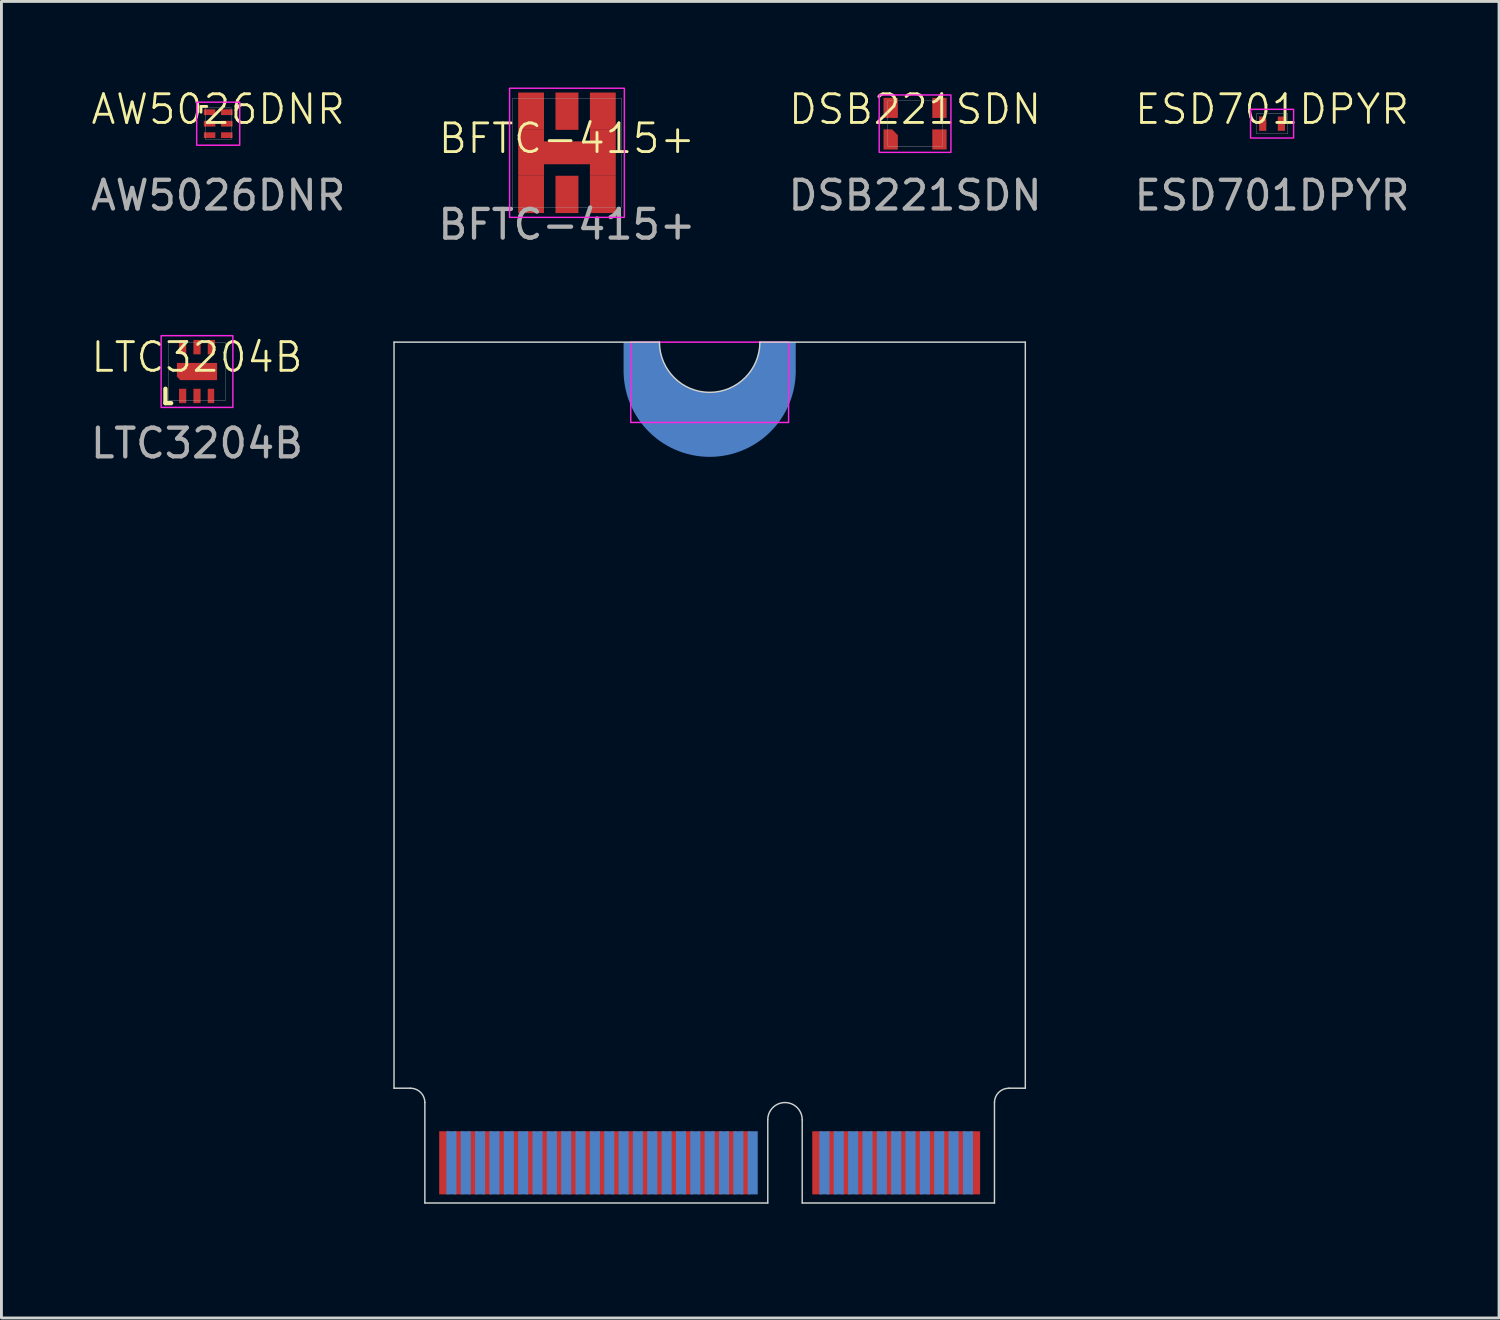
<source format=kicad_pcb>
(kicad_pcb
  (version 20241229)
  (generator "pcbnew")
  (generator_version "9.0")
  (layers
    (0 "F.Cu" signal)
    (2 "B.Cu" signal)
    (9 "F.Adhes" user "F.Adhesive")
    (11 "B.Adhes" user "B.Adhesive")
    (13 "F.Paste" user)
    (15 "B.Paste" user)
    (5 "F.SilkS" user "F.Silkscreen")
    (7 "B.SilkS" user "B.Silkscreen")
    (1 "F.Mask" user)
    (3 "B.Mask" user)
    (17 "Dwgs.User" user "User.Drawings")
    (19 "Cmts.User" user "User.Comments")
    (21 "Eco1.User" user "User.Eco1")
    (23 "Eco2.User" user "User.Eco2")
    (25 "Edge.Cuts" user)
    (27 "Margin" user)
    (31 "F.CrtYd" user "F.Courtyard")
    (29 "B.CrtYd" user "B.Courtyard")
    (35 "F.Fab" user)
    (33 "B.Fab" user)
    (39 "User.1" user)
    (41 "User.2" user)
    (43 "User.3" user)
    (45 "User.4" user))
  (footprint "BFTC-415+"
    (layer "F.Cu")
    (at 16.708 2.275)
    (property "Reference" "BFTC-415+" (at 0 -0.5 0) (unlocked yes) (layer "F.SilkS") (effects (font (size 1 1) (thickness 0.1))))
    (attr smd)
    (fp_rect (start -2 -2.25) (end 2 2.25) (stroke (width 0.05) (type default)) (fill no) (layer "F.CrtYd"))
    (fp_rect (start -1.9 -1.9) (end 1.9 1.9) (stroke (width 0.01) (type default)) (fill no) (layer "F.Fab"))
    (fp_text user "${REFERENCE}" (at 0 2.5 0) (unlocked yes) (layer "F.Fab") (effects (font (size 1 1) (thickness 0.15))))
    (pad "1" smd rect (at 0 1.45) (size 0.8 1.3) (layers "F.Cu" "F.Mask" "F.Paste"))
    (pad "2" smd rect (at -1.25 -1.45) (size 0.9 1.3) (layers "F.Cu" "F.Mask" "F.Paste"))
    (pad "2" smd rect (at -1.25 1.45) (size 0.9 1.3) (layers "F.Cu" "F.Mask" "F.Paste"))
    (pad "2" smd custom (at 0 0) (size 3.4 0.8) (layers "F.Cu") (options (anchor rect)) (primitives (gr_poly (pts (xy -1.7 -0.8) (xy -1.7 0.8) (xy -0.8 0.8) (xy -0.8 0.4) (xy 0.8 0.4) (xy 0.8 0.8) (xy 1.7 0.8) (xy 1.7 -0.8) (xy 0.8 -0.8) (xy 0.8 -0.4) (xy -0.8 -0.4) (xy -0.8 -0.8)) (width 0.001) (fill yes))))
    (pad "2" smd rect (at 1.25 -1.45) (size 0.9 1.3) (layers "F.Cu" "F.Mask" "F.Paste"))
    (pad "2" smd rect (at 1.25 1.45) (size 0.9 1.3) (layers "F.Cu" "F.Mask" "F.Paste"))
    (pad "3" smd rect (at 0 -1.45) (size 0.8 1.3) (layers "F.Cu" "F.Mask" "F.Paste")))
  (footprint "M2GF_KEY_E_2230"
    (layer "F.Cu")
    (at 21.681 8.873)
    (property "Reference" "M2GF_KEY_E_2230" (at 0.025 30 0) (layer "User.1") (effects (font (size 1.27 1.27) (thickness 0.15))))
    (attr smd allow_soldermask_bridges)
    (fp_poly (pts (xy -9.95 27.5) (xy 9.95 27.5) (xy 9.95 30) (xy -9.95 30)) (stroke (width 0.001) (type solid)) (fill yes) (layer "F.Mask"))
    (fp_poly (pts (xy -9.95 27.5) (xy 9.95 27.5) (xy 9.95 30) (xy -9.95 30)) (stroke (width 0.001) (type solid)) (fill yes) (layer "B.Mask"))
    (fp_line (start -11 0) (end -11 26) (stroke (width 0.05) (type default)) (layer "Edge.Cuts"))
    (fp_line (start -11 26) (end -10.425 26) (stroke (width 0.05) (type default)) (layer "Edge.Cuts"))
    (fp_line (start -9.925 30) (end -9.925 26.5) (stroke (width 0.05) (type default)) (layer "Edge.Cuts"))
    (fp_line (start -9.925 30) (end 2.025 30) (stroke (width 0.05) (type default)) (layer "Edge.Cuts"))
    (fp_line (start -1.75 0) (end -11 0) (stroke (width 0.05) (type default)) (layer "Edge.Cuts"))
    (fp_line (start 1.75 0) (end 11 0) (stroke (width 0.05) (type default)) (layer "Edge.Cuts"))
    (fp_line (start 2.025 30) (end 2.025 27.1) (stroke (width 0.05) (type default)) (layer "Edge.Cuts"))
    (fp_line (start 3.225 27.1) (end 3.225 30) (stroke (width 0.05) (type default)) (layer "Edge.Cuts"))
    (fp_line (start 3.225 30) (end 9.925 30) (stroke (width 0.05) (type default)) (layer "Edge.Cuts"))
    (fp_line (start 9.925 30) (end 9.925 26.5) (stroke (width 0.05) (type default)) (layer "Edge.Cuts"))
    (fp_line (start 11 0) (end 11 26) (stroke (width 0.05) (type default)) (layer "Edge.Cuts"))
    (fp_line (start 11 26) (end 10.425 26) (stroke (width 0.05) (type default)) (layer "Edge.Cuts"))
    (fp_arc (start -10.425 26) (mid -10.071447 26.146447) (end -9.925 26.5) (stroke (width 0.05) (type default)) (layer "Edge.Cuts"))
    (fp_arc (start 1.75 0) (mid 0 1.75) (end -1.75 0) (stroke (width 0.05) (type default)) (layer "Edge.Cuts"))
    (fp_arc (start 2.025 27.1) (mid 2.625 26.5) (end 3.225 27.1) (stroke (width 0.05) (type default)) (layer "Edge.Cuts"))
    (fp_arc (start 9.925 26.5) (mid 10.071447 26.146447) (end 10.425 26) (stroke (width 0.05) (type default)) (layer "Edge.Cuts"))
    (fp_poly (pts (xy -2.75 0) (xy -2.75 2.8) (xy 2.75 2.8) (xy 2.75 0)) (stroke (width 0.05) (type solid)) (fill no) (layer "F.CrtYd"))
    (fp_line (start 11 4) (end -11 4) (stroke (width 0.1) (type solid)) (layer "User.2"))
    (pad "1" smd rect (at 9.25 28.6) (size 0.35 2.2) (layers "F.Cu" "F.Mask"))
    (pad "2" smd rect (at 9 28.6) (size 0.35 2.2) (layers "B.Cu" "B.Mask"))
    (pad "3" smd rect (at 8.75 28.6) (size 0.35 2.2) (layers "F.Cu" "F.Mask"))
    (pad "4" smd rect (at 8.5 28.6) (size 0.35 2.2) (layers "B.Cu" "B.Mask"))
    (pad "5" smd rect (at 8.25 28.6) (size 0.35 2.2) (layers "F.Cu" "F.Mask"))
    (pad "6" smd rect (at 8 28.6) (size 0.35 2.2) (layers "B.Cu" "B.Mask"))
    (pad "7" smd rect (at 7.75 28.6) (size 0.35 2.2) (layers "F.Cu" "F.Mask"))
    (pad "8" smd rect (at 7.5 28.6) (size 0.35 2.2) (layers "B.Cu" "B.Mask"))
    (pad "9" smd rect (at 7.25 28.6) (size 0.35 2.2) (layers "F.Cu" "F.Mask"))
    (pad "10" smd rect (at 7 28.6) (size 0.35 2.2) (layers "B.Cu" "B.Mask"))
    (pad "11" smd rect (at 6.75 28.6) (size 0.35 2.2) (layers "F.Cu" "F.Mask"))
    (pad "12" smd rect (at 6.5 28.6) (size 0.35 2.2) (layers "B.Cu" "B.Mask"))
    (pad "13" smd rect (at 6.25 28.6) (size 0.35 2.2) (layers "F.Cu" "F.Mask"))
    (pad "14" smd rect (at 6 28.6) (size 0.35 2.2) (layers "B.Cu" "B.Mask"))
    (pad "15" smd rect (at 5.75 28.6) (size 0.35 2.2) (layers "F.Cu" "F.Mask"))
    (pad "16" smd rect (at 5.5 28.6) (size 0.35 2.2) (layers "B.Cu" "B.Mask"))
    (pad "17" smd rect (at 5.25 28.6) (size 0.35 2.2) (layers "F.Cu" "F.Mask"))
    (pad "18" smd rect (at 5 28.6) (size 0.35 2.2) (layers "B.Cu" "B.Mask"))
    (pad "19" smd rect (at 4.75 28.6) (size 0.35 2.2) (layers "F.Cu" "F.Mask"))
    (pad "20" smd rect (at 4.5 28.6) (size 0.35 2.2) (layers "B.Cu" "B.Mask"))
    (pad "21" smd rect (at 4.25 28.6) (size 0.35 2.2) (layers "F.Cu" "F.Mask"))
    (pad "22" smd rect (at 4 28.6) (size 0.35 2.2) (layers "B.Cu" "B.Mask"))
    (pad "23" smd rect (at 3.75 28.6) (size 0.35 2.2) (layers "F.Cu" "F.Mask"))
    (pad "32" smd rect (at 1.5 28.6) (size 0.35 2.2) (layers "B.Cu" "B.Mask"))
    (pad "33" smd custom (at -2.2 0.3) (size 0.35 0.35) (layers "F.Cu" "F.Mask") (options (anchor rect)) (primitives (gr_poly (pts (arc (start 3.95 -0.3) (mid 2.2 1.45) (end 0.45 -0.3)) (arc (start -0.55 -0.3) (mid 2.2 2.45) (end 4.95 -0.3))) (width 0) (fill yes))))
    (pad "33" smd custom (at 0 3.25) (size 0.35 0.35) (layers "B.Cu" "B.Mask") (options (anchor rect)) (primitives (gr_poly (pts (arc (start -3 -2.252453) (mid 0 0.747547) (end 3 -2.252453)) (xy 3 -3.252) (arc (start 1.75 -3.252453) (mid 0 -1.502453) (end -1.75 -3.252453)) (xy -3 -3.252)) (width 0) (fill yes))))
    (pad "33" smd rect (at 1.25 28.6) (size 0.35 2.2) (layers "F.Cu" "F.Mask"))
    (pad "34" smd rect (at 1 28.6) (size 0.35 2.2) (layers "B.Cu" "B.Mask"))
    (pad "35" smd rect (at 0.75 28.6) (size 0.35 2.2) (layers "F.Cu" "F.Mask"))
    (pad "36" smd rect (at 0.5 28.6) (size 0.35 2.2) (layers "B.Cu" "B.Mask"))
    (pad "37" smd rect (at 0.25 28.6) (size 0.35 2.2) (layers "F.Cu" "F.Mask"))
    (pad "38" smd rect (at 0 28.6) (size 0.35 2.2) (layers "B.Cu" "B.Mask"))
    (pad "39" smd rect (at -0.25 28.6) (size 0.35 2.2) (layers "F.Cu" "F.Mask"))
    (pad "40" smd rect (at -0.5 28.6) (size 0.35 2.2) (layers "B.Cu" "B.Mask"))
    (pad "41" smd rect (at -0.75 28.6) (size 0.35 2.2) (layers "F.Cu" "F.Mask"))
    (pad "42" smd rect (at -1 28.6) (size 0.35 2.2) (layers "B.Cu" "B.Mask"))
    (pad "43" smd rect (at -1.25 28.6) (size 0.35 2.2) (layers "F.Cu" "F.Mask"))
    (pad "44" smd rect (at -1.5 28.6) (size 0.35 2.2) (layers "B.Cu" "B.Mask"))
    (pad "45" smd rect (at -1.75 28.6) (size 0.35 2.2) (layers "F.Cu" "F.Mask"))
    (pad "46" smd rect (at -2 28.6) (size 0.35 2.2) (layers "B.Cu" "B.Mask"))
    (pad "47" smd rect (at -2.25 28.6) (size 0.35 2.2) (layers "F.Cu" "F.Mask"))
    (pad "48" smd rect (at -2.5 28.6) (size 0.35 2.2) (layers "B.Cu" "B.Mask"))
    (pad "49" smd rect (at -2.75 28.6) (size 0.35 2.2) (layers "F.Cu" "F.Mask"))
    (pad "50" smd rect (at -3 28.6) (size 0.35 2.2) (layers "B.Cu" "B.Mask"))
    (pad "51" smd rect (at -3.25 28.6) (size 0.35 2.2) (layers "F.Cu" "F.Mask"))
    (pad "52" smd rect (at -3.5 28.6) (size 0.35 2.2) (layers "B.Cu" "B.Mask"))
    (pad "53" smd rect (at -3.75 28.6) (size 0.35 2.2) (layers "F.Cu" "F.Mask"))
    (pad "54" smd rect (at -4 28.6) (size 0.35 2.2) (layers "B.Cu" "B.Mask"))
    (pad "55" smd rect (at -4.25 28.6) (size 0.35 2.2) (layers "F.Cu" "F.Mask"))
    (pad "56" smd rect (at -4.5 28.6) (size 0.35 2.2) (layers "B.Cu" "B.Mask"))
    (pad "57" smd rect (at -4.75 28.6) (size 0.35 2.2) (layers "F.Cu" "F.Mask"))
    (pad "58" smd rect (at -5 28.6) (size 0.35 2.2) (layers "B.Cu" "B.Mask"))
    (pad "59" smd rect (at -5.25 28.6) (size 0.35 2.2) (layers "F.Cu" "F.Mask"))
    (pad "60" smd rect (at -5.5 28.6) (size 0.35 2.2) (layers "B.Cu" "B.Mask"))
    (pad "61" smd rect (at -5.75 28.6) (size 0.35 2.2) (layers "F.Cu" "F.Mask"))
    (pad "62" smd rect (at -6 28.6) (size 0.35 2.2) (layers "B.Cu" "B.Mask"))
    (pad "63" smd rect (at -6.25 28.6) (size 0.35 2.2) (layers "F.Cu" "F.Mask"))
    (pad "64" smd rect (at -6.5 28.6) (size 0.35 2.2) (layers "B.Cu" "B.Mask"))
    (pad "65" smd rect (at -6.75 28.6) (size 0.35 2.2) (layers "F.Cu" "F.Mask"))
    (pad "66" smd rect (at -7 28.6) (size 0.35 2.2) (layers "B.Cu" "B.Mask"))
    (pad "67" smd rect (at -7.25 28.6) (size 0.35 2.2) (layers "F.Cu" "F.Mask"))
    (pad "68" smd rect (at -7.5 28.6) (size 0.35 2.2) (layers "B.Cu" "B.Mask"))
    (pad "69" smd rect (at -7.75 28.6) (size 0.35 2.2) (layers "F.Cu" "F.Mask"))
    (pad "70" smd rect (at -8 28.6) (size 0.35 2.2) (layers "B.Cu" "B.Mask"))
    (pad "71" smd rect (at -8.25 28.6) (size 0.35 2.2) (layers "F.Cu" "F.Mask"))
    (pad "72" smd rect (at -8.5 28.6) (size 0.35 2.2) (layers "B.Cu" "B.Mask"))
    (pad "73" smd rect (at -8.75 28.6) (size 0.35 2.2) (layers "F.Cu" "F.Mask"))
    (pad "74" smd rect (at -9 28.6) (size 0.35 2.2) (layers "B.Cu" "B.Mask"))
    (pad "75" smd rect (at -9.25 28.6) (size 0.35 2.2) (layers "F.Cu" "F.Mask")))
  (footprint "AW5026DNR"
    (layer "F.Cu")
    (at 4.554 1.26)
    (property "Reference" "AW5026DNR" (at 0 -0.5 0) (unlocked yes) (layer "F.SilkS") (effects (font (size 1 1) (thickness 0.1))))
    (attr smd allow_soldermask_bridges)
    (fp_line (start -0.6 -0.6) (end -0.6 -0.4) (stroke (width 0.1) (type default)) (layer "F.SilkS"))
    (fp_line (start -0.4 -0.6) (end -0.6 -0.6) (stroke (width 0.1) (type default)) (layer "F.SilkS"))
    (fp_rect (start -0.75 -0.75) (end 0.75 0.75) (stroke (width 0.05) (type default)) (fill no) (layer "F.CrtYd"))
    (fp_rect (start -0.45 -0.55) (end 0.45 0.55) (stroke (width 0.01) (type default)) (fill no) (layer "F.Fab"))
    (fp_text user "${REFERENCE}" (at 0 2.5 0) (unlocked yes) (layer "F.Fab") (effects (font (size 1 1) (thickness 0.15))))
    (pad "1" smd rect (at -0.3 -0.4) (size 0.4 0.2) (layers "F.Cu" "F.Mask" "F.Paste"))
    (pad "2" smd rect (at -0.3 0) (size 0.4 0.2) (layers "F.Cu" "F.Mask" "F.Paste"))
    (pad "3" smd rect (at -0.3 0.4) (size 0.4 0.2) (layers "F.Cu" "F.Mask" "F.Paste"))
    (pad "4" smd rect (at 0.3 0.4) (size 0.4 0.2) (layers "F.Cu" "F.Mask" "F.Paste"))
    (pad "5" smd rect (at 0.3 0) (size 0.4 0.2) (layers "F.Cu" "F.Mask" "F.Paste"))
    (pad "6" smd rect (at 0.3 -0.4) (size 0.4 0.2) (layers "F.Cu" "F.Mask" "F.Paste")))
  (footprint "LTC3204B"
    (layer "F.Cu")
    (at 3.815 9.898)
    (property "Reference" "LTC3204B" (at 0 -0.5 0) (unlocked yes) (layer "F.SilkS") (effects (font (size 1 1) (thickness 0.1))))
    (attr smd)
    (fp_line (start -1.1 0.6) (end -1.1 1.1) (stroke (width 0.15) (type default)) (layer "F.SilkS"))
    (fp_line (start -1.1 1.1) (end -0.9 1.1) (stroke (width 0.15) (type default)) (layer "F.SilkS"))
    (fp_rect (start -1.25 -1.25) (end 1.25 1.25) (stroke (width 0.05) (type default)) (fill no) (layer "F.CrtYd"))
    (fp_rect (start -1 -1) (end 1 1) (stroke (width 0.01) (type default)) (fill no) (layer "F.Fab"))
    (fp_text user "${REFERENCE}" (at 0 2.5 0) (unlocked yes) (layer "F.Fab") (effects (font (size 1 1) (thickness 0.15))))
    (pad "1" smd rect (at -0.5 0.85) (size 0.25 0.5) (layers "F.Cu" "F.Mask" "F.Paste"))
    (pad "2" smd rect (at 0 0.85) (size 0.25 0.5) (layers "F.Cu" "F.Mask" "F.Paste"))
    (pad "3" smd rect (at 0.487 0.85) (size 0.225 0.5) (layers "F.Cu" "F.Mask" "F.Paste"))
    (pad "4" smd rect (at 0.5 -0.85) (size 0.25 0.5) (layers "F.Cu" "F.Mask" "F.Paste"))
    (pad "5" smd rect (at 0 -0.85) (size 0.25 0.5) (layers "F.Cu" "F.Mask" "F.Paste"))
    (pad "6" smd rect (at -0.5 -0.85) (size 0.25 0.5) (layers "F.Cu" "F.Mask" "F.Paste"))
    (pad "7" smd roundrect (at 0 0) (size 1.4 0.6) (layers "F.Cu" "F.Mask" "F.Paste") (roundrect_rratio 0) (chamfer_ratio 0.2) (chamfer bottom_left)))
  (footprint "ESD701DPYR"
    (layer "F.Cu")
    (at 41.28 1.26)
    (property "Reference" "ESD701DPYR" (at 0 -0.5 0) (unlocked yes) (layer "F.SilkS") (effects (font (size 1 1) (thickness 0.1))))
    (attr smd)
    (fp_rect (start -0.75 -0.5) (end 0.75 0.5) (stroke (width 0.05) (type default)) (fill no) (layer "F.CrtYd"))
    (fp_rect (start -0.55 -0.35) (end 0.55 0.35) (stroke (width 0.01) (type default)) (fill no) (layer "F.Fab"))
    (fp_text user "${REFERENCE}" (at 0 2.5 0) (unlocked yes) (layer "F.Fab") (effects (font (size 1 1) (thickness 0.15))))
    (pad "1" smd roundrect (at -0.325 0) (size 0.25 0.5) (layers "F.Cu" "F.Mask" "F.Paste") (roundrect_rratio 0) (chamfer_ratio 0.4) (chamfer top_right))
    (pad "2" smd rect (at 0.325 0) (size 0.25 0.5) (layers "F.Cu" "F.Mask" "F.Paste")))
  (footprint "DSB221SDN"
    (layer "F.Cu")
    (at 28.839 1.26)
    (property "Reference" "DSB221SDN" (at 0 -0.5 0) (unlocked yes) (layer "F.SilkS") (effects (font (size 1 1) (thickness 0.1))))
    (attr smd)
    (fp_rect (start -1.25 -1) (end 1.25 1) (stroke (width 0.05) (type default)) (fill no) (layer "F.CrtYd"))
    (fp_rect (start -0.95 -0.8) (end 0.95 0.8) (stroke (width 0.01) (type default)) (fill no) (layer "F.Fab"))
    (fp_text user "${REFERENCE}" (at 0 2.5 0) (unlocked yes) (layer "F.Fab") (effects (font (size 1 1) (thickness 0.15))))
    (pad "1" smd roundrect (at -0.85 0.55) (size 0.5 0.7) (layers "F.Cu" "F.Mask" "F.Paste") (roundrect_rratio 0) (chamfer_ratio 0.4) (chamfer top_right))
    (pad "2" smd rect (at 0.85 0.55) (size 0.5 0.7) (layers "F.Cu" "F.Mask" "F.Paste"))
    (pad "3" smd rect (at 0.85 -0.55) (size 0.5 0.7) (layers "F.Cu" "F.Mask" "F.Paste"))
    (pad "4" smd rect (at -0.85 -0.55) (size 0.5 0.7) (layers "F.Cu" "F.Mask" "F.Paste")))
  (gr_rect
    (start -3 -3)
    (end 49.19 42.879)
    (stroke (width 0.1) (type default))
    (fill no)
    (layer "Edge.Cuts")))
</source>
